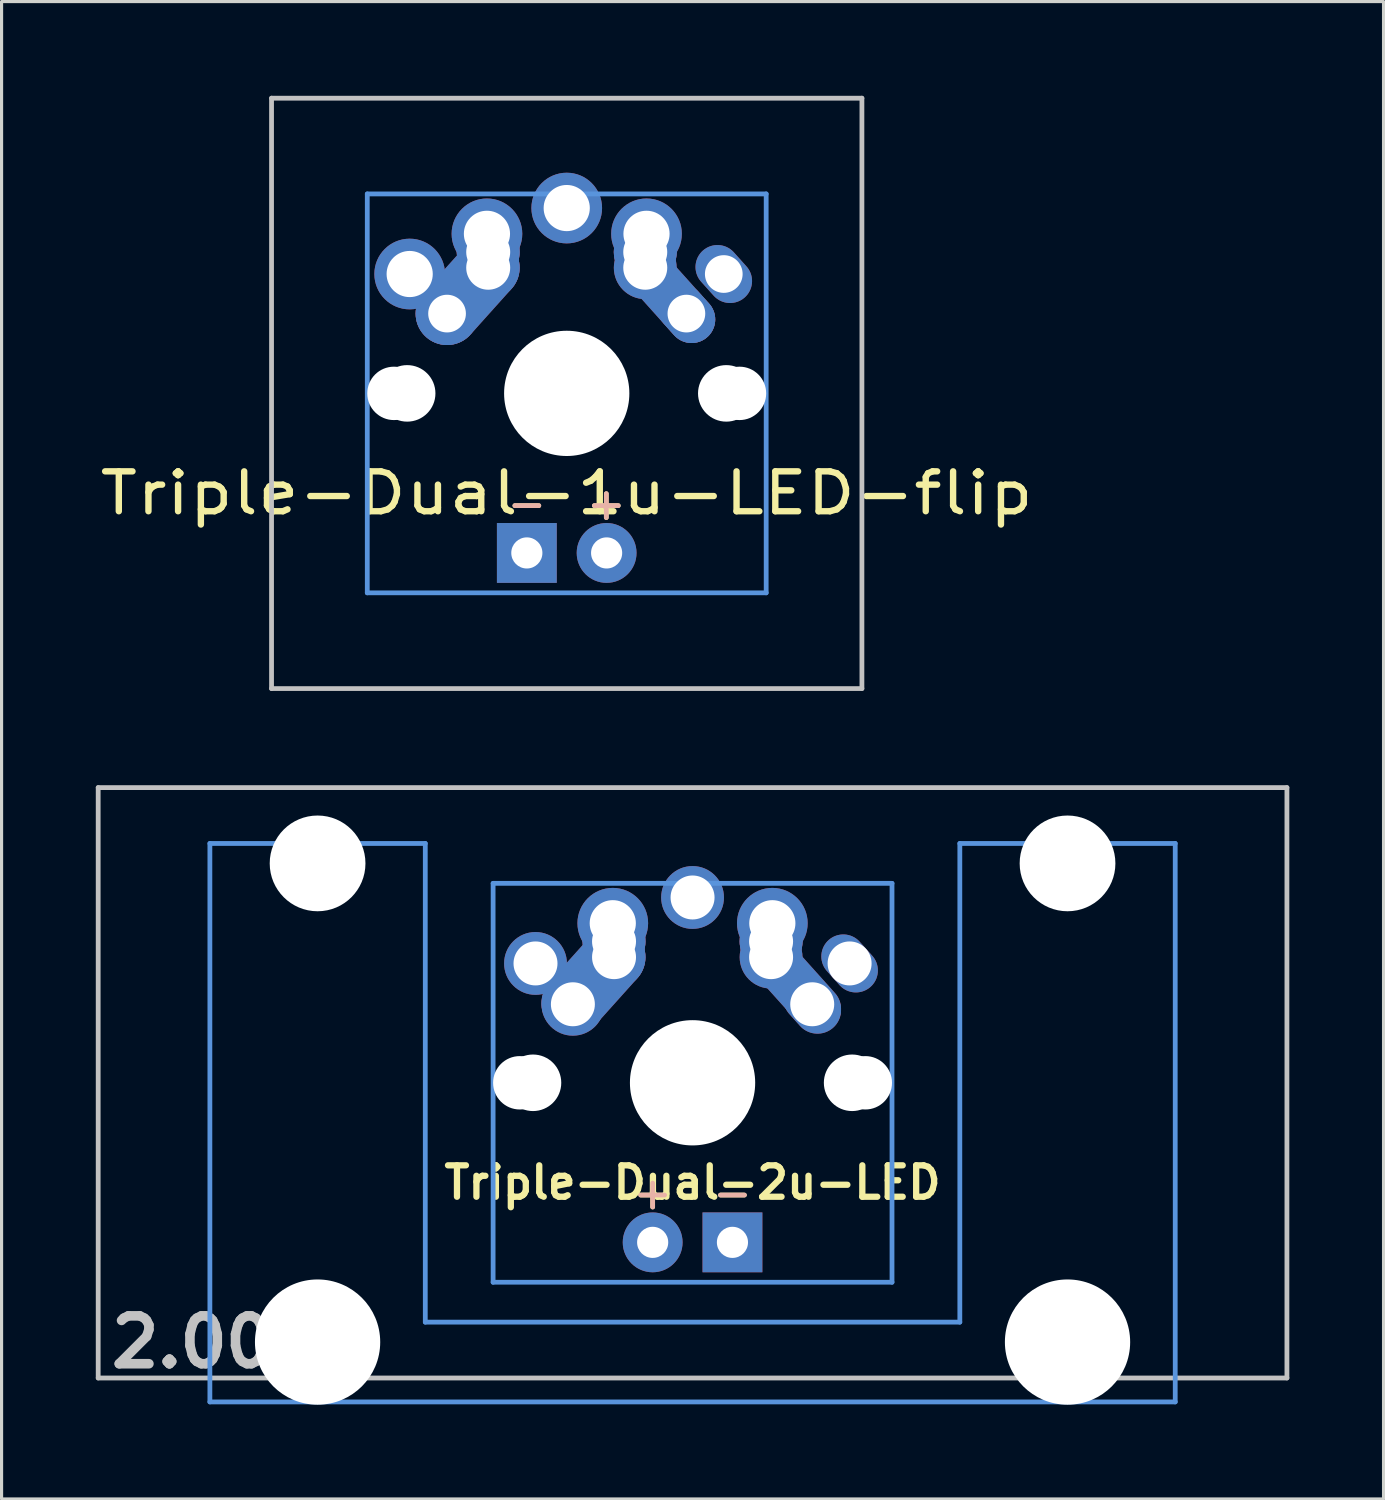
<source format=kicad_pcb>
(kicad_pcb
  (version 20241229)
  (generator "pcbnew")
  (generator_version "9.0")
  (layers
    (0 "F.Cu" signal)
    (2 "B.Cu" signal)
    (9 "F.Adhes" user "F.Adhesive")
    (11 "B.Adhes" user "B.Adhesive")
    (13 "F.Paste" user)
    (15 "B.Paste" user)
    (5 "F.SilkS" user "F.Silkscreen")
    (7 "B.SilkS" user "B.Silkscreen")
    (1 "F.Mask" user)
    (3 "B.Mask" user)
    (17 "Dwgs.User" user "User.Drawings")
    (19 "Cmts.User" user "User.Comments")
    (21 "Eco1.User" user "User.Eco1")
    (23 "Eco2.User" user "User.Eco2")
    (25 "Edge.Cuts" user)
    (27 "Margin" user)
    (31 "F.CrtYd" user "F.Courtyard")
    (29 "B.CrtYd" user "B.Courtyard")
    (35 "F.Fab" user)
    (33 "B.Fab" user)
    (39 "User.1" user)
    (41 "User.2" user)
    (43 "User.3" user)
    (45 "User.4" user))
  (footprint "Triple-Dual-2u-LED"
    (layer "F.Cu")
    (at 18.999 31.423)
    (property "Reference" "Triple-Dual-2u-LED" (at 0 3.175 0) (layer "F.SilkS") (effects (font (size 1 1) (thickness 0.2))))
    (attr through_hole)
    (fp_line (start -18.923 -9.398) (end 18.923 -9.398) (stroke (width 0.152) (type solid)) (layer "Dwgs.User"))
    (fp_line (start -18.923 9.398) (end -18.923 -9.398) (stroke (width 0.152) (type solid)) (layer "Dwgs.User"))
    (fp_line (start 18.923 -9.398) (end 18.923 9.398) (stroke (width 0.152) (type solid)) (layer "Dwgs.User"))
    (fp_line (start 18.923 9.398) (end -18.923 9.398) (stroke (width 0.152) (type solid)) (layer "Dwgs.User"))
    (fp_line (start -15.367 -7.62) (end -15.367 10.16) (stroke (width 0.152) (type solid)) (layer "Cmts.User"))
    (fp_line (start -15.367 10.16) (end 15.367 10.16) (stroke (width 0.152) (type solid)) (layer "Cmts.User"))
    (fp_line (start -8.509 -7.62) (end -15.367 -7.62) (stroke (width 0.152) (type solid)) (layer "Cmts.User"))
    (fp_line (start -8.509 7.62) (end -8.509 -7.62) (stroke (width 0.152) (type solid)) (layer "Cmts.User"))
    (fp_line (start -6.35 -6.35) (end 6.35 -6.35) (stroke (width 0.152) (type solid)) (layer "Cmts.User"))
    (fp_line (start -6.35 6.35) (end -6.35 -6.35) (stroke (width 0.152) (type solid)) (layer "Cmts.User"))
    (fp_line (start 6.35 -6.35) (end 6.35 6.35) (stroke (width 0.152) (type solid)) (layer "Cmts.User"))
    (fp_line (start 6.35 6.35) (end -6.35 6.35) (stroke (width 0.152) (type solid)) (layer "Cmts.User"))
    (fp_line (start 8.509 -7.62) (end 8.509 7.62) (stroke (width 0.152) (type solid)) (layer "Cmts.User"))
    (fp_line (start 8.509 7.62) (end -8.509 7.62) (stroke (width 0.152) (type solid)) (layer "Cmts.User"))
    (fp_line (start 15.367 -7.62) (end 8.509 -7.62) (stroke (width 0.152) (type solid)) (layer "Cmts.User"))
    (fp_line (start 15.367 10.16) (end 15.367 -7.62) (stroke (width 0.152) (type solid)) (layer "Cmts.User"))
    (fp_line (start -16.129 -2.286) (end -15.265 -2.286) (stroke (width 0.152) (type solid)) (layer "Eco2.User"))
    (fp_line (start -16.129 0.508) (end -16.129 -2.286) (stroke (width 0.152) (type solid)) (layer "Eco2.User"))
    (fp_line (start -15.265 -5.69) (end -8.611 -5.69) (stroke (width 0.152) (type solid)) (layer "Eco2.User"))
    (fp_line (start -15.265 -2.286) (end -15.265 -5.69) (stroke (width 0.152) (type solid)) (layer "Eco2.User"))
    (fp_line (start -15.265 0.508) (end -16.129 0.508) (stroke (width 0.152) (type solid)) (layer "Eco2.User"))
    (fp_line (start -15.265 6.604) (end -15.265 0.508) (stroke (width 0.152) (type solid)) (layer "Eco2.User"))
    (fp_line (start -14.224 6.604) (end -15.265 6.604) (stroke (width 0.152) (type solid)) (layer "Eco2.User"))
    (fp_line (start -14.224 7.772) (end -14.224 6.604) (stroke (width 0.152) (type solid)) (layer "Eco2.User"))
    (fp_line (start -9.652 6.604) (end -9.652 7.772) (stroke (width 0.152) (type solid)) (layer "Eco2.User"))
    (fp_line (start -9.652 7.772) (end -14.224 7.772) (stroke (width 0.152) (type solid)) (layer "Eco2.User"))
    (fp_line (start -8.611 -5.69) (end -8.611 -4.877) (stroke (width 0.152) (type solid)) (layer "Eco2.User"))
    (fp_line (start -8.611 -4.877) (end -6.985 -4.877) (stroke (width 0.152) (type solid)) (layer "Eco2.User"))
    (fp_line (start -8.611 5.817) (end -8.611 6.604) (stroke (width 0.152) (type solid)) (layer "Eco2.User"))
    (fp_line (start -8.611 6.604) (end -9.652 6.604) (stroke (width 0.152) (type solid)) (layer "Eco2.User"))
    (fp_line (start -6.985 -6.985) (end 6.985 -6.985) (stroke (width 0.152) (type solid)) (layer "Eco2.User"))
    (fp_line (start -6.985 -4.877) (end -6.985 -6.985) (stroke (width 0.152) (type solid)) (layer "Eco2.User"))
    (fp_line (start -6.985 5.817) (end -8.611 5.817) (stroke (width 0.152) (type solid)) (layer "Eco2.User"))
    (fp_line (start -6.985 6.985) (end -6.985 5.817) (stroke (width 0.152) (type solid)) (layer "Eco2.User"))
    (fp_line (start 6.985 -6.985) (end 6.985 -4.877) (stroke (width 0.152) (type solid)) (layer "Eco2.User"))
    (fp_line (start 6.985 -4.877) (end 8.611 -4.877) (stroke (width 0.152) (type solid)) (layer "Eco2.User"))
    (fp_line (start 6.985 5.817) (end 6.985 6.985) (stroke (width 0.152) (type solid)) (layer "Eco2.User"))
    (fp_line (start 6.985 6.985) (end -6.985 6.985) (stroke (width 0.152) (type solid)) (layer "Eco2.User"))
    (fp_line (start 8.611 -5.69) (end 15.265 -5.69) (stroke (width 0.152) (type solid)) (layer "Eco2.User"))
    (fp_line (start 8.611 -4.877) (end 8.611 -5.69) (stroke (width 0.152) (type solid)) (layer "Eco2.User"))
    (fp_line (start 8.611 5.817) (end 6.985 5.817) (stroke (width 0.152) (type solid)) (layer "Eco2.User"))
    (fp_line (start 8.611 6.604) (end 8.611 5.817) (stroke (width 0.152) (type solid)) (layer "Eco2.User"))
    (fp_line (start 9.652 6.604) (end 8.611 6.604) (stroke (width 0.152) (type solid)) (layer "Eco2.User"))
    (fp_line (start 9.652 7.772) (end 9.652 6.604) (stroke (width 0.152) (type solid)) (layer "Eco2.User"))
    (fp_line (start 14.224 6.604) (end 14.224 7.772) (stroke (width 0.152) (type solid)) (layer "Eco2.User"))
    (fp_line (start 14.224 7.772) (end 9.652 7.772) (stroke (width 0.152) (type solid)) (layer "Eco2.User"))
    (fp_line (start 15.265 -5.69) (end 15.265 -2.286) (stroke (width 0.152) (type solid)) (layer "Eco2.User"))
    (fp_line (start 15.265 -2.286) (end 16.129 -2.286) (stroke (width 0.152) (type solid)) (layer "Eco2.User"))
    (fp_line (start 15.265 0.508) (end 15.265 6.604) (stroke (width 0.152) (type solid)) (layer "Eco2.User"))
    (fp_line (start 15.265 6.604) (end 14.224 6.604) (stroke (width 0.152) (type solid)) (layer "Eco2.User"))
    (fp_line (start 16.129 -2.286) (end 16.129 0.508) (stroke (width 0.152) (type solid)) (layer "Eco2.User"))
    (fp_line (start 16.129 0.508) (end 15.265 0.508) (stroke (width 0.152) (type solid)) (layer "Eco2.User"))
    (fp_text user "-" (at 1.27 3.5 0) (layer "F.SilkS") (effects (font (size 1 1) (thickness 0.15))))
    (fp_text user "+" (at -1.27 3.5 0) (layer "F.SilkS") (effects (font (size 1 1) (thickness 0.15))))
    (fp_text user "+" (at -1.27 3.5 0) (layer "B.SilkS") (effects (font (size 1 1) (thickness 0.15)) (justify mirror)))
    (fp_text user "-" (at 1.27 3.5 0) (layer "B.SilkS") (effects (font (size 1 1) (thickness 0.15)) (justify mirror)))
    (fp_text user "2.00u" (at -15.24 8.255 0) (layer "Dwgs.User") (effects (font (size 1.524 1.524) (thickness 0.305))))
    (pad "" np_thru_hole circle (at -11.938 -6.985) (size 3.048 3.048) (drill 3.048) (layers "*.Cu"))
    (pad "" np_thru_hole circle (at -11.938 8.255) (size 3.988 3.988) (drill 3.988) (layers "*.Cu"))
    (pad "" np_thru_hole circle (at -5.5 0) (size 1.7 1.7) (drill 1.7) (layers "*.Cu"))
    (pad "" np_thru_hole circle (at -5.08 0) (size 1.8 1.8) (drill 1.8) (layers "*.Cu"))
    (pad "" np_thru_hole circle (at 0 0) (size 3.988 3.988) (drill 3.988) (layers "*.Cu"))
    (pad "" np_thru_hole circle (at 5.08 0) (size 1.8 1.8) (drill 1.8) (layers "*.Cu"))
    (pad "" np_thru_hole circle (at 5.5 0) (size 1.7 1.7) (drill 1.7) (layers "*.Cu"))
    (pad "" np_thru_hole circle (at 11.938 -6.985) (size 3.048 3.048) (drill 3.048) (layers "*.Cu"))
    (pad "" np_thru_hole circle (at 11.938 8.255) (size 3.988 3.988) (drill 3.988) (layers "*.Cu"))
    (pad "1" thru_hole circle (at -5 -3.8) (size 2 2) (drill 1.4) (layers "*.Cu" "*.Mask"))
    (pad "1" thru_hole circle (at -3.81 -2.5 3.9) (size 2 2) (drill 1.4) (layers "*.Cu" "*.Mask"))
    (pad "1" smd oval (at -3.155 -3.27 138.1) (size 2 3.962) (layers "F.Cu" "F.Mask" "F.Paste"))
    (pad "1" smd oval (at -3.155 -3.27 138.1) (size 2 3.962) (layers "B.Cu" "B.Mask" "B.Paste"))
    (pad "1" thru_hole circle (at -2.54 -5.08) (size 2.25 2.25) (drill 1.47) (layers "*.Cu" "*.Mask"))
    (pad "1" smd oval (at -2.52 -4.79 3.9) (size 2 2.58) (layers "F.Cu" "F.Mask" "F.Paste"))
    (pad "1" smd oval (at -2.52 -4.79 3.9) (size 2 2.58) (layers "B.Cu" "B.Mask" "B.Paste"))
    (pad "1" thru_hole circle (at -2.5 -4.5) (size 2 2) (drill 1.4) (layers "*.Cu" "*.Mask"))
    (pad "1" thru_hole circle (at -2.5 -4) (size 2 2) (drill 1.4) (layers "*.Cu" "*.Mask"))
    (pad "1" thru_hole oval (at 5 -3.8 221.9) (size 1.4 2) (drill 1.4) (layers "*.Cu" "*.Mask"))
    (pad "2" thru_hole circle (at 0 -5.9) (size 2 2) (drill 1.4) (layers "*.Cu" "*.Mask"))
    (pad "2" thru_hole circle (at 2.5 -4.5 3.9) (size 2 2) (drill 1.4) (layers "*.Cu" "*.Mask"))
    (pad "2" thru_hole circle (at 2.5 -4 3.9) (size 2 2) (drill 1.4) (layers "*.Cu" "*.Mask"))
    (pad "2" smd oval (at 2.52 -4.79 356.1) (size 2 2.581) (layers "F.Cu" "F.Mask" "F.Paste"))
    (pad "2" smd oval (at 2.52 -4.79 356.1) (size 2 2.581) (layers "B.Cu" "B.Mask" "B.Paste"))
    (pad "2" thru_hole circle (at 2.54 -5.08 3.9) (size 2.25 2.25) (drill 1.47) (layers "*.Cu" "*.Mask"))
    (pad "2" smd oval (at 3.155 -3.27 221.9) (size 1.5 3.962) (layers "F.Cu" "F.Mask" "F.Paste"))
    (pad "2" smd oval (at 3.155 -3.27 221.9) (size 1.5 3.962) (layers "B.Cu" "B.Mask" "B.Paste"))
    (pad "2" thru_hole oval (at 3.81 -2.5 221.9) (size 1.5 2) (drill 1.4) (layers "*.Cu" "*.Mask"))
    (pad "3" thru_hole circle (at -1.27 5.08) (size 1.905 1.905) (drill 0.991) (layers "*.Cu" "*.Mask"))
    (pad "4" thru_hole rect (at 1.27 5.08) (size 1.905 1.905) (drill 0.991) (layers "*.Cu" "*.Mask")))
  (footprint "Triple-Dual-1u-LED-flip"
    (layer "F.Cu")
    (at 14.993 9.474)
    (property "Reference" "Triple-Dual-1u-LED-flip" (at 0 3.175 0) (layer "F.SilkS") (effects (font (size 1.27 1.524) (thickness 0.203))))
    (attr through_hole)
    (fp_line (start -9.398 -9.398) (end 9.398 -9.398) (stroke (width 0.152) (type solid)) (layer "Dwgs.User"))
    (fp_line (start -9.398 9.398) (end -9.398 -9.398) (stroke (width 0.152) (type solid)) (layer "Dwgs.User"))
    (fp_line (start 9.398 -9.398) (end 9.398 9.398) (stroke (width 0.152) (type solid)) (layer "Dwgs.User"))
    (fp_line (start 9.398 9.398) (end -9.398 9.398) (stroke (width 0.152) (type solid)) (layer "Dwgs.User"))
    (fp_line (start -6.35 -6.35) (end 6.35 -6.35) (stroke (width 0.152) (type solid)) (layer "Cmts.User"))
    (fp_line (start -6.35 6.35) (end -6.35 -6.35) (stroke (width 0.152) (type solid)) (layer "Cmts.User"))
    (fp_line (start 6.35 -6.35) (end 6.35 6.35) (stroke (width 0.152) (type solid)) (layer "Cmts.User"))
    (fp_line (start 6.35 6.35) (end -6.35 6.35) (stroke (width 0.152) (type solid)) (layer "Cmts.User"))
    (fp_line (start -6.985 -6.985) (end 6.985 -6.985) (stroke (width 0.152) (type solid)) (layer "Eco2.User"))
    (fp_line (start -6.985 6.985) (end -6.985 -6.985) (stroke (width 0.152) (type solid)) (layer "Eco2.User"))
    (fp_line (start 6.985 -6.985) (end 6.985 6.985) (stroke (width 0.152) (type solid)) (layer "Eco2.User"))
    (fp_line (start 6.985 6.985) (end -6.985 6.985) (stroke (width 0.152) (type solid)) (layer "Eco2.User"))
    (fp_text user "+" (at 1.26 3.5 0) (layer "F.SilkS") (effects (font (size 1 1) (thickness 0.15))))
    (fp_text user "-" (at -1.27 3.5 0) (layer "F.SilkS") (effects (font (size 1 1) (thickness 0.15))))
    (fp_text user "+" (at 1.26 3.5 0) (layer "B.SilkS") (effects (font (size 1 1) (thickness 0.15)) (justify mirror)))
    (fp_text user "-" (at -1.27 3.5 0) (layer "B.SilkS") (effects (font (size 1 1) (thickness 0.15)) (justify mirror)))
    (pad "" np_thru_hole circle (at -5.5 0) (size 1.7 1.7) (drill 1.7) (layers "*.Cu"))
    (pad "" np_thru_hole circle (at -5.08 0) (size 1.8 1.8) (drill 1.8) (layers "*.Cu"))
    (pad "" np_thru_hole circle (at 0 0) (size 3.988 3.988) (drill 3.988) (layers "*.Cu"))
    (pad "" np_thru_hole circle (at 5.08 0) (size 1.8 1.8) (drill 1.8) (layers "*.Cu"))
    (pad "" np_thru_hole circle (at 5.5 0) (size 1.7 1.7) (drill 1.7) (layers "*.Cu"))
    (pad "1" thru_hole circle (at -5 -3.8 138.1) (size 2.25 2.25) (drill 1.47) (layers "*.Cu" "*.Mask"))
    (pad "1" thru_hole circle (at -3.81 -2.54) (size 2 2) (drill oval 1.2) (layers "*.Cu" "*.Mask"))
    (pad "1" smd oval (at -3.155 -3.27 138.1) (size 2 3.962) (layers "F.Cu" "F.Mask" "F.Paste"))
    (pad "1" smd oval (at -3.155 -3.27 138.1) (size 2 3.962) (layers "B.Cu" "B.Mask" "B.Paste"))
    (pad "1" thru_hole circle (at -2.54 -5.08 330.95) (size 2.25 2.25) (drill 1.47) (layers "*.Cu" "*.Mask"))
    (pad "1" smd oval (at -2.52 -4.79 3.945) (size 2 2.581) (layers "F.Cu" "F.Mask" "F.Paste"))
    (pad "1" smd oval (at -2.52 -4.79 3.945) (size 2 2.581) (layers "B.Cu" "B.Mask" "B.Paste"))
    (pad "1" thru_hole circle (at -2.5 -4.5 330.95) (size 2 2) (drill 1.4) (layers "*.Cu" "*.Mask"))
    (pad "1" thru_hole circle (at -2.5 -4 330.95) (size 2 2) (drill 1.4) (layers "*.Cu" "*.Mask"))
    (pad "1" thru_hole oval (at 5 -3.8 221.9) (size 1.4 2) (drill 1.2) (layers "*.Cu" "*.Mask"))
    (pad "2" thru_hole circle (at 0 -5.9) (size 2.25 2.25) (drill 1.47) (layers "*.Cu" "*.Mask"))
    (pad "2" thru_hole circle (at 2.5 -4.5 330.95) (size 2 2) (drill 1.4) (layers "*.Cu" "*.Mask"))
    (pad "2" thru_hole circle (at 2.5 -4) (size 2 2) (drill 1.4) (layers "*.Cu" "*.Mask"))
    (pad "2" smd oval (at 2.52 -4.79 356.055) (size 2 2.581) (layers "F.Cu" "F.Mask" "F.Paste"))
    (pad "2" smd oval (at 2.52 -4.79 356.055) (size 2 2.581) (layers "B.Cu" "B.Mask" "B.Paste"))
    (pad "2" thru_hole circle (at 2.54 -5.08 330.95) (size 2.25 2.25) (drill 1.47) (layers "*.Cu" "*.Mask"))
    (pad "2" smd oval (at 3.155 -3.27 221.9) (size 1.5 3.962) (layers "F.Cu" "F.Mask" "F.Paste"))
    (pad "2" smd oval (at 3.155 -3.27 221.9) (size 1.5 3.962) (layers "B.Cu" "B.Mask" "B.Paste"))
    (pad "2" thru_hole oval (at 3.81 -2.54 311.9) (size 2 1.5) (drill 1.2) (layers "*.Cu" "*.Mask"))
    (pad "3" thru_hole circle (at 1.27 5.08) (size 1.905 1.905) (drill 0.991) (layers "*.Cu" "*.Mask"))
    (pad "4" thru_hole rect (at -1.27 5.08) (size 1.905 1.905) (drill 0.991) (layers "*.Cu" "*.Mask")))
  (gr_rect
    (start -3 -3)
    (end 40.998 44.672)
    (stroke (width 0.1) (type default))
    (fill no)
    (layer "Edge.Cuts")))
</source>
